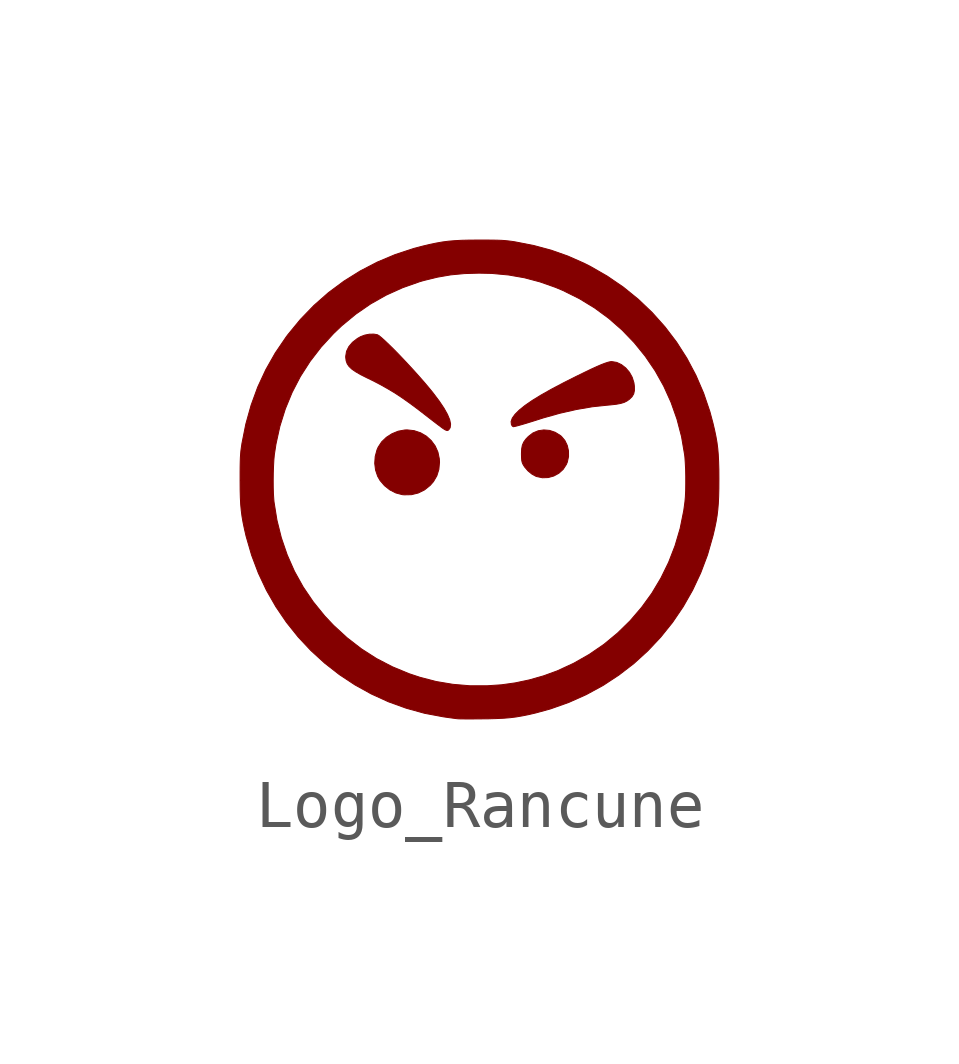
<source format=kicad_sym>
(kicad_symbol_lib
  (version 20241209)
  (generator "kicad_symbol_editor")
  (generator_version "9.0")
  (symbol "Logo_Rancune"
    (property "Reference" "LOGO"
      (at 0 6 0)
      (effects (font (size 1.27 1.27)) (hide yes)))
    (symbol "Logo_Rancune_0_0"
      (polyline (pts (xy -1.5 -0.5) (xy -1.357 -0.465) (xy -1.226 -0.4) (xy -1.108 -0.305) (xy -1.04 -0.227) (xy -0.97 -0.107) (xy -0.928 0.026) (xy -0.914 0.177) (xy -0.918 0.247) (xy -0.947 0.387) (xy -1.004 0.515) (xy -1.086 0.627) (xy -1.188 0.72) (xy -1.308 0.79) (xy -1.443 0.835) (xy -1.589 0.851) (xy -1.638 0.849) (xy -1.775 0.824) (xy -1.905 0.771) (xy -2.022 0.696) (xy -2.12 0.602) (xy -2.193 0.491) (xy -2.218 0.434) (xy -2.255 0.297) (xy -2.265 0.154) (xy -2.248 0.014) (xy -2.204 -0.116) (xy -2.153 -0.205) (xy -2.061 -0.312) (xy -1.95 -0.4) (xy -1.825 -0.464) (xy -1.692 -0.499) (xy -1.65 -0.503) (xy -1.5 -0.5)) (stroke (width 0.01) (type default)) (fill (type outline)))
      (polyline (pts (xy -0.729 0.846) (xy -0.704 0.876) (xy -0.691 0.902) (xy -0.683 0.973) (xy -0.702 1.063) (xy -0.748 1.173) (xy -0.82 1.302) (xy -0.919 1.45) (xy -1.045 1.617) (xy -1.059 1.635) (xy -1.143 1.738) (xy -1.237 1.849) (xy -1.34 1.966) (xy -1.447 2.086) (xy -1.558 2.206) (xy -1.668 2.324) (xy -1.775 2.436) (xy -1.877 2.54) (xy -1.971 2.632) (xy -2.054 2.711) (xy -2.123 2.773) (xy -2.176 2.816) (xy -2.21 2.835) (xy -2.283 2.848) (xy -2.377 2.846) (xy -2.474 2.827) (xy -2.561 2.794) (xy -2.627 2.756) (xy -2.729 2.677) (xy -2.805 2.587) (xy -2.853 2.489) (xy -2.87 2.386) (xy -2.87 2.361) (xy -2.861 2.291) (xy -2.839 2.23) (xy -2.8 2.173) (xy -2.742 2.118) (xy -2.661 2.062) (xy -2.555 2.001) (xy -2.42 1.933) (xy -2.296 1.873) (xy -2.139 1.791) (xy -1.992 1.708) (xy -1.848 1.622) (xy -1.704 1.527) (xy -1.552 1.42) (xy -1.387 1.298) (xy -1.204 1.157) (xy -1.164 1.126) (xy -1.075 1.057) (xy -0.993 0.994) (xy -0.923 0.941) (xy -0.87 0.901) (xy -0.838 0.878) (xy -0.793 0.85) (xy -0.756 0.837) (xy -0.729 0.846)) (stroke (width 0.01) (type default)) (fill (type outline)))
      (polyline (pts (xy -0.131 -5.175) (xy -0.006 -5.174) (xy 0.103 -5.173) (xy 0.274 -5.168) (xy 0.423 -5.161) (xy 0.558 -5.15) (xy 0.685 -5.134) (xy 0.812 -5.112) (xy 0.947 -5.085) (xy 1.096 -5.05) (xy 1.402 -4.966) (xy 1.782 -4.831) (xy 2.147 -4.668) (xy 2.496 -4.478) (xy 2.826 -4.261) (xy 3.138 -4.021) (xy 3.428 -3.757) (xy 3.698 -3.47) (xy 3.944 -3.164) (xy 4.166 -2.837) (xy 4.362 -2.493) (xy 4.532 -2.131) (xy 4.674 -1.754) (xy 4.786 -1.362) (xy 4.791 -1.343) (xy 4.825 -1.197) (xy 4.852 -1.065) (xy 4.873 -0.94) (xy 4.888 -0.815) (xy 4.899 -0.683) (xy 4.906 -0.538) (xy 4.91 -0.374) (xy 4.911 -0.183) (xy 4.911 -0.158) (xy 4.91 0.029) (xy 4.905 0.191) (xy 4.898 0.334) (xy 4.887 0.464) (xy 4.871 0.589) (xy 4.849 0.715) (xy 4.821 0.849) (xy 4.786 0.997) (xy 4.723 1.233) (xy 4.592 1.618) (xy 4.432 1.989) (xy 4.244 2.344) (xy 4.029 2.681) (xy 3.787 2.999) (xy 3.521 3.297) (xy 3.231 3.574) (xy 2.918 3.828) (xy 2.583 4.057) (xy 2.228 4.261) (xy 2.101 4.325) (xy 1.762 4.475) (xy 1.413 4.598) (xy 1.048 4.696) (xy 0.663 4.771) (xy 0.659 4.772) (xy 0.586 4.783) (xy 0.519 4.791) (xy 0.452 4.798) (xy 0.379 4.803) (xy 0.295 4.806) (xy 0.194 4.808) (xy 0.07 4.809) (xy -0.081 4.809) (xy -0.105 4.809) (xy -0.293 4.808) (xy -0.455 4.804) (xy -0.597 4.796) (xy -0.728 4.785) (xy -0.852 4.769) (xy -0.978 4.747) (xy -1.112 4.719) (xy -1.26 4.684) (xy -1.447 4.635) (xy -1.835 4.508) (xy -2.209 4.351) (xy -2.567 4.165) (xy -2.908 3.952) (xy -3.231 3.712) (xy -3.533 3.446) (xy -3.815 3.154) (xy -4.074 2.839) (xy -4.113 2.787) (xy -4.34 2.453) (xy -4.537 2.105) (xy -4.705 1.743) (xy -4.843 1.365) (xy -4.953 0.972) (xy -5.035 0.561) (xy -5.035 0.557) (xy -5.046 0.484) (xy -5.055 0.417) (xy -5.061 0.35) (xy -5.066 0.277) (xy -5.069 0.193) (xy -5.071 0.092) (xy -5.072 -0.031) (xy -5.072 -0.183) (xy -5.072 -0.199) (xy -4.382 -0.199) (xy -4.38 -0.048) (xy -4.375 0.097) (xy -4.368 0.228) (xy -4.358 0.334) (xy -4.324 0.555) (xy -4.242 0.928) (xy -4.129 1.288) (xy -3.987 1.633) (xy -3.815 1.964) (xy -3.613 2.279) (xy -3.383 2.577) (xy -3.123 2.86) (xy -2.953 3.022) (xy -2.66 3.264) (xy -2.351 3.477) (xy -2.025 3.661) (xy -1.684 3.815) (xy -1.327 3.941) (xy -1.236 3.967) (xy -0.958 4.035) (xy -0.681 4.083) (xy -0.394 4.11) (xy -0.089 4.119) (xy 0.179 4.113) (xy 0.523 4.081) (xy 0.855 4.023) (xy 1.179 3.937) (xy 1.503 3.823) (xy 1.662 3.756) (xy 2 3.588) (xy 2.318 3.394) (xy 2.616 3.175) (xy 2.892 2.933) (xy 3.146 2.669) (xy 3.376 2.385) (xy 3.582 2.082) (xy 3.761 1.762) (xy 3.913 1.425) (xy 4.037 1.074) (xy 4.132 0.71) (xy 4.196 0.334) (xy 4.202 0.286) (xy 4.21 0.167) (xy 4.217 0.029) (xy 4.22 -0.121) (xy 4.22 -0.272) (xy 4.218 -0.416) (xy 4.212 -0.545) (xy 4.203 -0.649) (xy 4.178 -0.833) (xy 4.103 -1.204) (xy 3.997 -1.563) (xy 3.863 -1.909) (xy 3.701 -2.24) (xy 3.513 -2.555) (xy 3.298 -2.851) (xy 3.06 -3.129) (xy 2.798 -3.385) (xy 2.514 -3.62) (xy 2.208 -3.83) (xy 1.883 -4.015) (xy 1.539 -4.174) (xy 1.536 -4.175) (xy 1.256 -4.277) (xy 0.962 -4.361) (xy 0.665 -4.424) (xy 0.378 -4.464) (xy 0.082 -4.484) (xy -0.282 -4.484) (xy -0.635 -4.454) (xy -0.982 -4.396) (xy -1.324 -4.307) (xy -1.547 -4.233) (xy -1.895 -4.089) (xy -2.227 -3.917) (xy -2.542 -3.715) (xy -2.841 -3.484) (xy -3.123 -3.225) (xy -3.308 -3.029) (xy -3.547 -2.734) (xy -3.757 -2.424) (xy -3.939 -2.097) (xy -4.09 -1.755) (xy -4.212 -1.399) (xy -4.304 -1.03) (xy -4.365 -0.649) (xy -4.369 -0.603) (xy -4.377 -0.485) (xy -4.381 -0.348) (xy -4.382 -0.199) (xy -5.072 -0.199) (xy -5.072 -0.207) (xy -5.071 -0.395) (xy -5.067 -0.556) (xy -5.06 -0.699) (xy -5.048 -0.83) (xy -5.032 -0.954) (xy -5.01 -1.08) (xy -4.982 -1.214) (xy -4.948 -1.362) (xy -4.945 -1.373) (xy -4.832 -1.762) (xy -4.691 -2.136) (xy -4.522 -2.495) (xy -4.326 -2.837) (xy -4.106 -3.161) (xy -3.862 -3.466) (xy -3.596 -3.75) (xy -3.309 -4.012) (xy -3.003 -4.251) (xy -2.678 -4.466) (xy -2.337 -4.655) (xy -1.98 -4.818) (xy -1.61 -4.952) (xy -1.227 -5.058) (xy -0.833 -5.132) (xy -0.818 -5.134) (xy -0.728 -5.147) (xy -0.646 -5.158) (xy -0.581 -5.167) (xy -0.539 -5.172) (xy -0.538 -5.172) (xy -0.503 -5.174) (xy -0.439 -5.175) (xy -0.352 -5.176) (xy -0.248 -5.176) (xy -0.131 -5.175)) (stroke (width 0.01) (type default)) (fill (type outline)))
      (polyline (pts (xy 0.63 0.918) (xy 0.667 0.925) (xy 0.73 0.941) (xy 0.814 0.965) (xy 0.915 0.995) (xy 1.028 1.03) (xy 1.148 1.068) (xy 1.248 1.1) (xy 1.597 1.198) (xy 1.94 1.276) (xy 2.272 1.333) (xy 2.586 1.366) (xy 2.653 1.372) (xy 2.77 1.385) (xy 2.862 1.402) (xy 2.936 1.424) (xy 2.995 1.454) (xy 3.047 1.491) (xy 3.101 1.545) (xy 3.135 1.603) (xy 3.15 1.672) (xy 3.149 1.763) (xy 3.139 1.835) (xy 3.103 1.949) (xy 3.045 2.053) (xy 2.969 2.142) (xy 2.879 2.212) (xy 2.781 2.258) (xy 2.678 2.275) (xy 2.649 2.273) (xy 2.601 2.262) (xy 2.539 2.242) (xy 2.46 2.212) (xy 2.363 2.17) (xy 2.245 2.116) (xy 2.104 2.048) (xy 1.938 1.967) (xy 1.745 1.87) (xy 1.668 1.831) (xy 1.42 1.7) (xy 1.204 1.578) (xy 1.02 1.465) (xy 0.868 1.36) (xy 0.748 1.263) (xy 0.66 1.175) (xy 0.603 1.096) (xy 0.578 1.024) (xy 0.585 0.961) (xy 0.603 0.931) (xy 0.625 0.917) (xy 0.63 0.918)) (stroke (width 0.01) (type default)) (fill (type outline)))
      (polyline (pts (xy 1.351 -0.143) (xy 1.468 -0.111) (xy 1.573 -0.054) (xy 1.663 0.027) (xy 1.73 0.13) (xy 1.751 0.18) (xy 1.776 0.295) (xy 1.775 0.414) (xy 1.749 0.528) (xy 1.699 0.631) (xy 1.627 0.716) (xy 1.605 0.734) (xy 1.497 0.801) (xy 1.381 0.84) (xy 1.261 0.85) (xy 1.144 0.833) (xy 1.034 0.787) (xy 0.938 0.713) (xy 0.889 0.662) (xy 0.842 0.598) (xy 0.813 0.532) (xy 0.798 0.452) (xy 0.794 0.351) (xy 0.794 0.348) (xy 0.796 0.267) (xy 0.801 0.209) (xy 0.812 0.165) (xy 0.83 0.126) (xy 0.861 0.077) (xy 0.93 -0.003) (xy 1.011 -0.07) (xy 1.093 -0.115) (xy 1.108 -0.121) (xy 1.23 -0.147) (xy 1.351 -0.143)) (stroke (width 0.01) (type default)) (fill (type outline))))))
</source>
